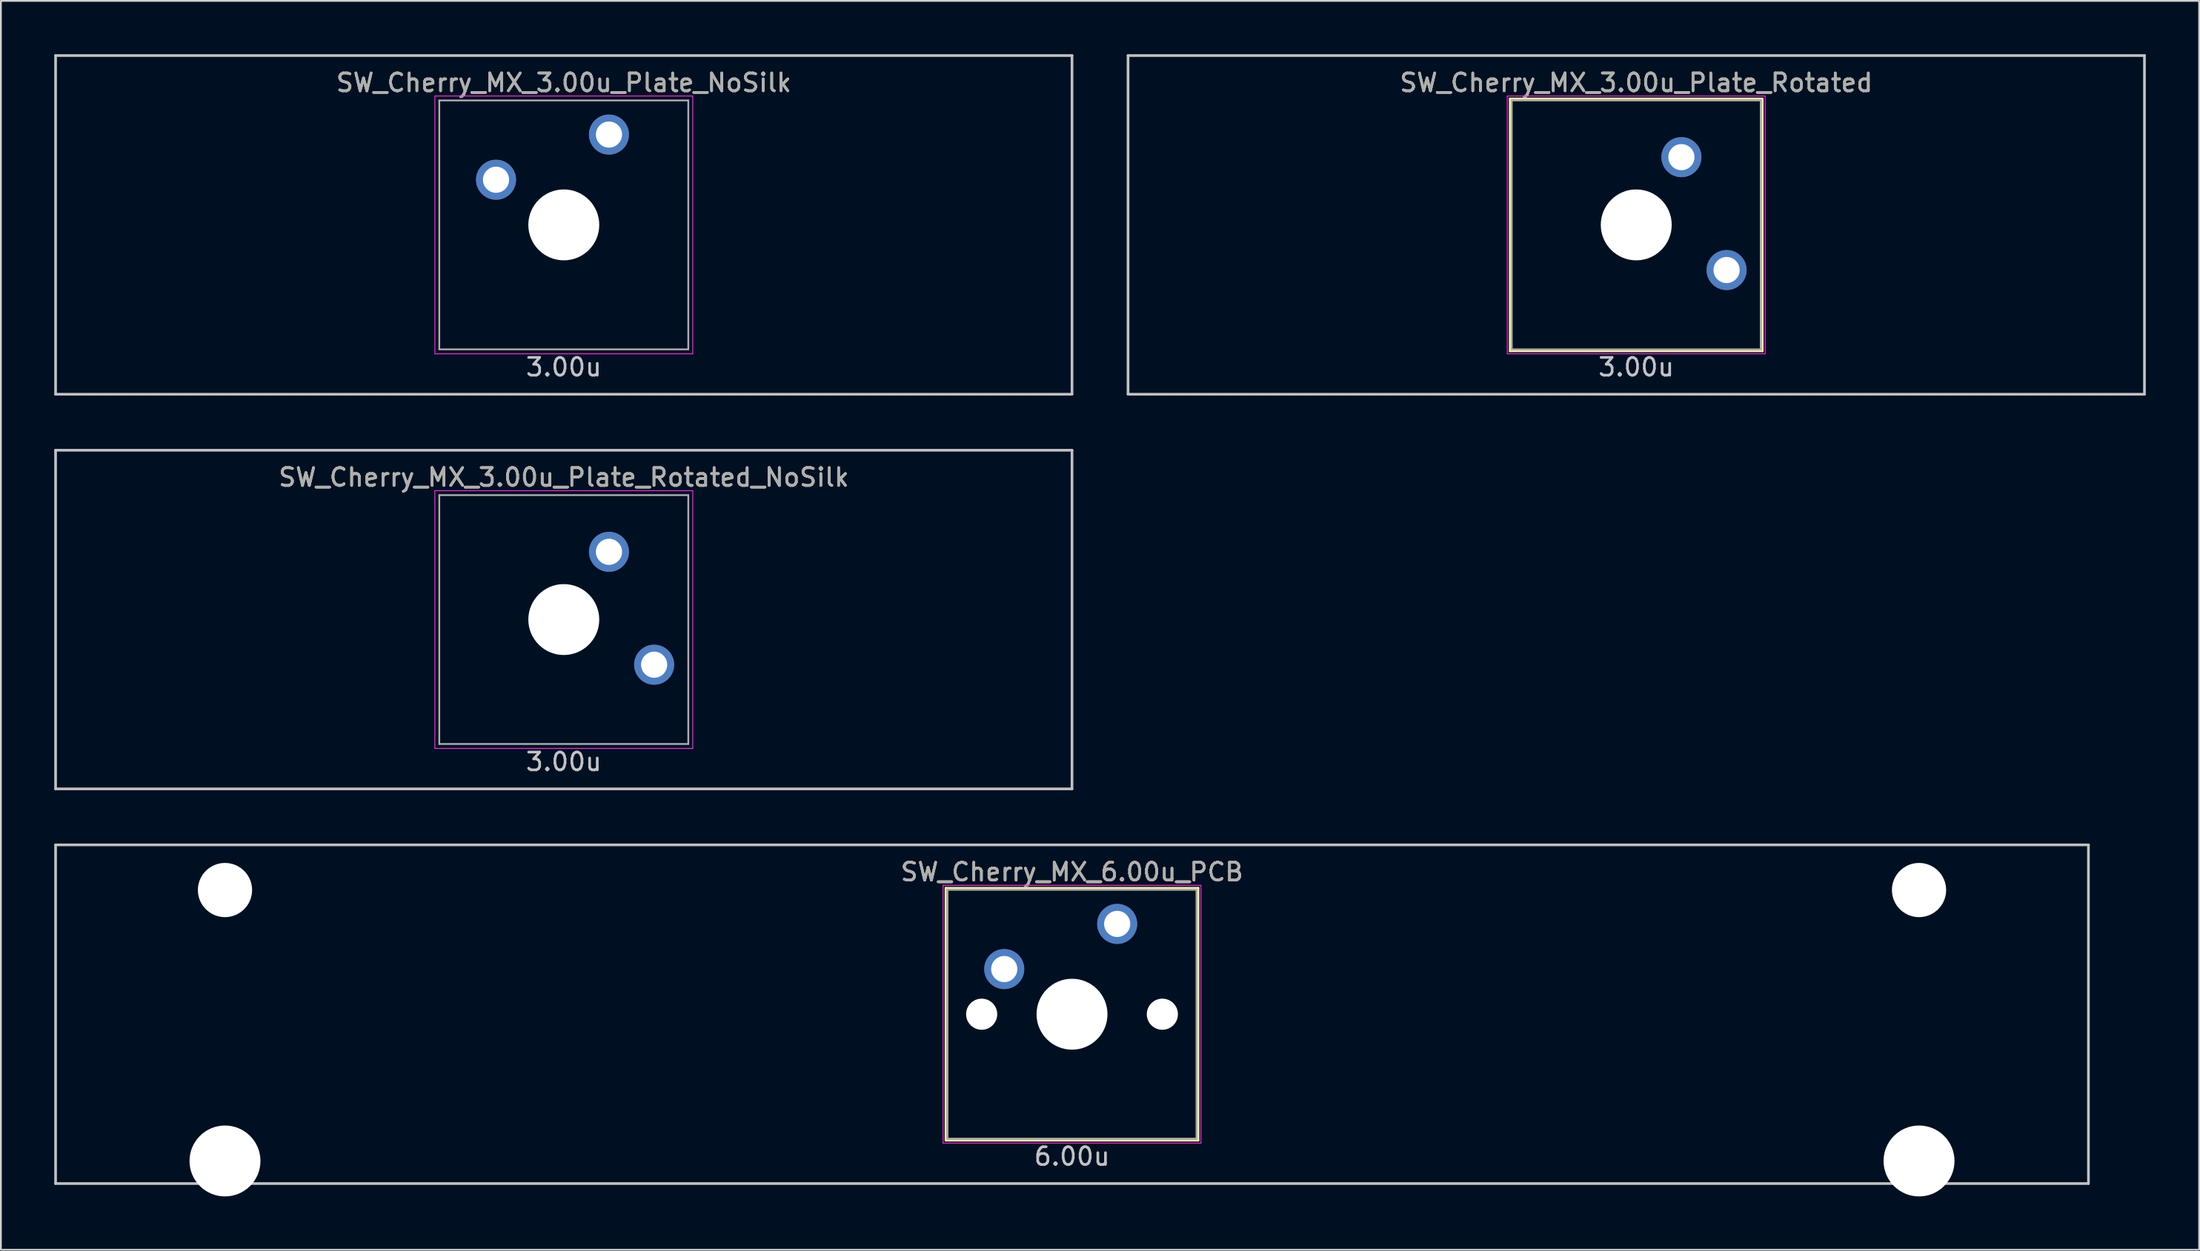
<source format=kicad_pcb>
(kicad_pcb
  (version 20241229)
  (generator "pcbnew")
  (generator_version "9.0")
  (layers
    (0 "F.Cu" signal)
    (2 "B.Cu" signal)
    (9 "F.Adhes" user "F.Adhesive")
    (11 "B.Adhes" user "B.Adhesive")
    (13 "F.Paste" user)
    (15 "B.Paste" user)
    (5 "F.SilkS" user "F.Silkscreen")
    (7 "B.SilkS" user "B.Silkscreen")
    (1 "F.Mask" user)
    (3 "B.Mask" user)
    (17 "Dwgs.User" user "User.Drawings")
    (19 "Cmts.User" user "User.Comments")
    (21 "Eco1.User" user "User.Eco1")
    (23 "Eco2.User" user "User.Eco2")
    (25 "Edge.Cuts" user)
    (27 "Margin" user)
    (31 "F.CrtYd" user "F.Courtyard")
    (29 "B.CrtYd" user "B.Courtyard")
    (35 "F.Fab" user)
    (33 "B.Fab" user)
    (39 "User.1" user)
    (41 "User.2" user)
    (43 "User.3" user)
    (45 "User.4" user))
  (footprint "SW_Cherry_MX_3.00u_Plate_Rotated_NoSilk"
    (layer "F.Cu")
    (at 28.65 31.8)
    (property "Reference" "SW_Cherry_MX_3.00u_Plate_Rotated_NoSilk" (at 0 -8 0) (layer "F.SilkS") (effects (font (size 1 1) (thickness 0.15))))
    (attr through_hole)
    (fp_line (start -28.575 -9.525) (end 28.575 -9.525) (stroke (width 0.15) (type solid)) (layer "Dwgs.User"))
    (fp_line (start -28.575 9.525) (end -28.575 -9.525) (stroke (width 0.15) (type solid)) (layer "Dwgs.User"))
    (fp_line (start -28.575 9.525) (end 28.575 9.525) (stroke (width 0.15) (type solid)) (layer "Dwgs.User"))
    (fp_line (start 28.575 -9.525) (end 28.575 9.525) (stroke (width 0.15) (type solid)) (layer "Dwgs.User"))
    (fp_line (start -7.25 -7.25) (end 7.25 -7.25) (stroke (width 0.05) (type solid)) (layer "F.CrtYd"))
    (fp_line (start -7.25 7.25) (end -7.25 -7.25) (stroke (width 0.05) (type solid)) (layer "F.CrtYd"))
    (fp_line (start 7.25 -7.25) (end 7.25 7.25) (stroke (width 0.05) (type solid)) (layer "F.CrtYd"))
    (fp_line (start 7.25 7.25) (end -7.25 7.25) (stroke (width 0.05) (type solid)) (layer "F.CrtYd"))
    (fp_line (start -7 -7) (end 7 -7) (stroke (width 0.1) (type solid)) (layer "F.Fab"))
    (fp_line (start -7 7) (end -7 -7) (stroke (width 0.1) (type solid)) (layer "F.Fab"))
    (fp_line (start 7 -7) (end 7 7) (stroke (width 0.1) (type solid)) (layer "F.Fab"))
    (fp_line (start 7 7) (end -7 7) (stroke (width 0.1) (type solid)) (layer "F.Fab"))
    (fp_text user "3.00u" (at 0 8 0) (layer "Dwgs.User") (effects (font (size 1 1) (thickness 0.15))))
    (fp_text user "${REFERENCE}" (at 0 -8 0) (layer "F.Fab") (effects (font (size 1 1) (thickness 0.15))))
    (pad "" np_thru_hole circle (at 0 0 270) (size 3.988 3.988) (drill 3.988) (layers "*.Cu" "*.Mask"))
    (pad "1" thru_hole circle (at 2.54 -3.81 318.1) (size 2.25 2.25) (drill 1.47) (layers "*.Cu" "B.Mask"))
    (pad "2" thru_hole circle (at 5.08 2.54 270) (size 2.25 2.25) (drill 1.47) (layers "*.Cu" "B.Mask")))
  (footprint "SW_Cherry_MX_3.00u_Plate_Rotated"
    (layer "F.Cu")
    (at 88.95 9.6)
    (property "Reference" "SW_Cherry_MX_3.00u_Plate_Rotated" (at 0 -8 0) (layer "F.SilkS") (effects (font (size 1 1) (thickness 0.15))))
    (attr through_hole)
    (fp_line (start -7.1 -7.1) (end 7.1 -7.1) (stroke (width 0.12) (type solid)) (layer "F.SilkS"))
    (fp_line (start -7.1 7.1) (end -7.1 -7.1) (stroke (width 0.12) (type solid)) (layer "F.SilkS"))
    (fp_line (start 7.1 -7.1) (end 7.1 7.1) (stroke (width 0.12) (type solid)) (layer "F.SilkS"))
    (fp_line (start 7.1 7.1) (end -7.1 7.1) (stroke (width 0.12) (type solid)) (layer "F.SilkS"))
    (fp_line (start -28.575 -9.525) (end 28.575 -9.525) (stroke (width 0.15) (type solid)) (layer "Dwgs.User"))
    (fp_line (start -28.575 9.525) (end -28.575 -9.525) (stroke (width 0.15) (type solid)) (layer "Dwgs.User"))
    (fp_line (start -28.575 9.525) (end 28.575 9.525) (stroke (width 0.15) (type solid)) (layer "Dwgs.User"))
    (fp_line (start 28.575 -9.525) (end 28.575 9.525) (stroke (width 0.15) (type solid)) (layer "Dwgs.User"))
    (fp_line (start -7.25 -7.25) (end 7.25 -7.25) (stroke (width 0.05) (type solid)) (layer "F.CrtYd"))
    (fp_line (start -7.25 7.25) (end -7.25 -7.25) (stroke (width 0.05) (type solid)) (layer "F.CrtYd"))
    (fp_line (start 7.25 -7.25) (end 7.25 7.25) (stroke (width 0.05) (type solid)) (layer "F.CrtYd"))
    (fp_line (start 7.25 7.25) (end -7.25 7.25) (stroke (width 0.05) (type solid)) (layer "F.CrtYd"))
    (fp_line (start -7 -7) (end 7 -7) (stroke (width 0.1) (type solid)) (layer "F.Fab"))
    (fp_line (start -7 7) (end -7 -7) (stroke (width 0.1) (type solid)) (layer "F.Fab"))
    (fp_line (start 7 -7) (end 7 7) (stroke (width 0.1) (type solid)) (layer "F.Fab"))
    (fp_line (start 7 7) (end -7 7) (stroke (width 0.1) (type solid)) (layer "F.Fab"))
    (fp_text user "3.00u" (at 0 8 0) (layer "Dwgs.User") (effects (font (size 1 1) (thickness 0.15))))
    (fp_text user "${REFERENCE}" (at 0 -8 0) (layer "F.Fab") (effects (font (size 1 1) (thickness 0.15))))
    (pad "" np_thru_hole circle (at 0 0 270) (size 3.988 3.988) (drill 3.988) (layers "*.Cu" "*.Mask"))
    (pad "1" thru_hole circle (at 2.54 -3.81 318.1) (size 2.25 2.25) (drill 1.47) (layers "*.Cu" "B.Mask"))
    (pad "2" thru_hole circle (at 5.08 2.54 270) (size 2.25 2.25) (drill 1.47) (layers "*.Cu" "B.Mask")))
  (footprint "SW_Cherry_MX_6.00u_PCB"
    (layer "F.Cu")
    (at 57.225 54)
    (property "Reference" "SW_Cherry_MX_6.00u_PCB" (at 0 -8 0) (layer "F.SilkS") (effects (font (size 1 1) (thickness 0.15))))
    (attr through_hole)
    (fp_line (start -7.1 -7.1) (end 7.1 -7.1) (stroke (width 0.12) (type solid)) (layer "F.SilkS"))
    (fp_line (start -7.1 7.1) (end -7.1 -7.1) (stroke (width 0.12) (type solid)) (layer "F.SilkS"))
    (fp_line (start 7.1 -7.1) (end 7.1 7.1) (stroke (width 0.12) (type solid)) (layer "F.SilkS"))
    (fp_line (start 7.1 7.1) (end -7.1 7.1) (stroke (width 0.12) (type solid)) (layer "F.SilkS"))
    (fp_line (start -57.15 -9.525) (end 57.15 -9.525) (stroke (width 0.15) (type solid)) (layer "Dwgs.User"))
    (fp_line (start -57.15 9.525) (end -57.15 -9.525) (stroke (width 0.15) (type solid)) (layer "Dwgs.User"))
    (fp_line (start -57.15 9.525) (end 57.15 9.525) (stroke (width 0.15) (type solid)) (layer "Dwgs.User"))
    (fp_line (start 57.15 -9.525) (end 57.15 9.525) (stroke (width 0.15) (type solid)) (layer "Dwgs.User"))
    (fp_line (start -7.25 -7.25) (end 7.25 -7.25) (stroke (width 0.05) (type solid)) (layer "F.CrtYd"))
    (fp_line (start -7.25 7.25) (end -7.25 -7.25) (stroke (width 0.05) (type solid)) (layer "F.CrtYd"))
    (fp_line (start 7.25 -7.25) (end 7.25 7.25) (stroke (width 0.05) (type solid)) (layer "F.CrtYd"))
    (fp_line (start 7.25 7.25) (end -7.25 7.25) (stroke (width 0.05) (type solid)) (layer "F.CrtYd"))
    (fp_line (start -7 -7) (end 7 -7) (stroke (width 0.1) (type solid)) (layer "F.Fab"))
    (fp_line (start -7 7) (end -7 -7) (stroke (width 0.1) (type solid)) (layer "F.Fab"))
    (fp_line (start 7 -7) (end 7 7) (stroke (width 0.1) (type solid)) (layer "F.Fab"))
    (fp_line (start 7 7) (end -7 7) (stroke (width 0.1) (type solid)) (layer "F.Fab"))
    (fp_text user "6.00u" (at 0 8 0) (layer "Dwgs.User") (effects (font (size 1 1) (thickness 0.15))))
    (fp_text user "${REFERENCE}" (at 0 -8 0) (layer "F.Fab") (effects (font (size 1 1) (thickness 0.15))))
    (pad "" np_thru_hole circle (at -47.625 -6.985) (size 3.048 3.048) (drill 3.048) (layers "*.Cu" "*.Mask"))
    (pad "" np_thru_hole circle (at -47.625 8.255) (size 3.988 3.988) (drill 3.988) (layers "*.Cu" "*.Mask"))
    (pad "" np_thru_hole circle (at -5.08 0 48.1) (size 1.75 1.75) (drill 1.75) (layers "*.Cu" "*.Mask"))
    (pad "" np_thru_hole circle (at 0 0) (size 3.988 3.988) (drill 3.988) (layers "*.Cu" "*.Mask"))
    (pad "" np_thru_hole circle (at 5.08 0 48.1) (size 1.75 1.75) (drill 1.75) (layers "*.Cu" "*.Mask"))
    (pad "" np_thru_hole circle (at 47.625 -6.985) (size 3.048 3.048) (drill 3.048) (layers "*.Cu" "*.Mask"))
    (pad "" np_thru_hole circle (at 47.625 8.255) (size 3.988 3.988) (drill 3.988) (layers "*.Cu" "*.Mask"))
    (pad "1" thru_hole circle (at -3.81 -2.54) (size 2.25 2.25) (drill 1.47) (layers "*.Cu" "B.Mask"))
    (pad "2" thru_hole circle (at 2.54 -5.08) (size 2.25 2.25) (drill 1.47) (layers "*.Cu" "B.Mask")))
  (footprint "SW_Cherry_MX_3.00u_Plate_NoSilk"
    (layer "F.Cu")
    (at 28.65 9.6)
    (property "Reference" "SW_Cherry_MX_3.00u_Plate_NoSilk" (at 0 -8 0) (layer "F.SilkS") (effects (font (size 1 1) (thickness 0.15))))
    (attr through_hole)
    (fp_line (start -28.575 -9.525) (end 28.575 -9.525) (stroke (width 0.15) (type solid)) (layer "Dwgs.User"))
    (fp_line (start -28.575 9.525) (end -28.575 -9.525) (stroke (width 0.15) (type solid)) (layer "Dwgs.User"))
    (fp_line (start -28.575 9.525) (end 28.575 9.525) (stroke (width 0.15) (type solid)) (layer "Dwgs.User"))
    (fp_line (start 28.575 -9.525) (end 28.575 9.525) (stroke (width 0.15) (type solid)) (layer "Dwgs.User"))
    (fp_line (start -7.25 -7.25) (end 7.25 -7.25) (stroke (width 0.05) (type solid)) (layer "F.CrtYd"))
    (fp_line (start -7.25 7.25) (end -7.25 -7.25) (stroke (width 0.05) (type solid)) (layer "F.CrtYd"))
    (fp_line (start 7.25 -7.25) (end 7.25 7.25) (stroke (width 0.05) (type solid)) (layer "F.CrtYd"))
    (fp_line (start 7.25 7.25) (end -7.25 7.25) (stroke (width 0.05) (type solid)) (layer "F.CrtYd"))
    (fp_line (start -7 -7) (end 7 -7) (stroke (width 0.1) (type solid)) (layer "F.Fab"))
    (fp_line (start -7 7) (end -7 -7) (stroke (width 0.1) (type solid)) (layer "F.Fab"))
    (fp_line (start 7 -7) (end 7 7) (stroke (width 0.1) (type solid)) (layer "F.Fab"))
    (fp_line (start 7 7) (end -7 7) (stroke (width 0.1) (type solid)) (layer "F.Fab"))
    (fp_text user "3.00u" (at 0 8 0) (layer "Dwgs.User") (effects (font (size 1 1) (thickness 0.15))))
    (fp_text user "${REFERENCE}" (at 0 -8 0) (layer "F.Fab") (effects (font (size 1 1) (thickness 0.15))))
    (pad "" np_thru_hole circle (at 0 0) (size 3.988 3.988) (drill 3.988) (layers "*.Cu" "*.Mask"))
    (pad "1" thru_hole circle (at -3.81 -2.54 48.1) (size 2.25 2.25) (drill 1.47) (layers "*.Cu" "B.Mask"))
    (pad "2" thru_hole circle (at 2.54 -5.08) (size 2.25 2.25) (drill 1.47) (layers "*.Cu" "B.Mask")))
  (gr_rect
    (start -3 -3)
    (end 120.6 67.249)
    (stroke (width 0.1) (type default))
    (fill no)
    (layer "Edge.Cuts")))
</source>
